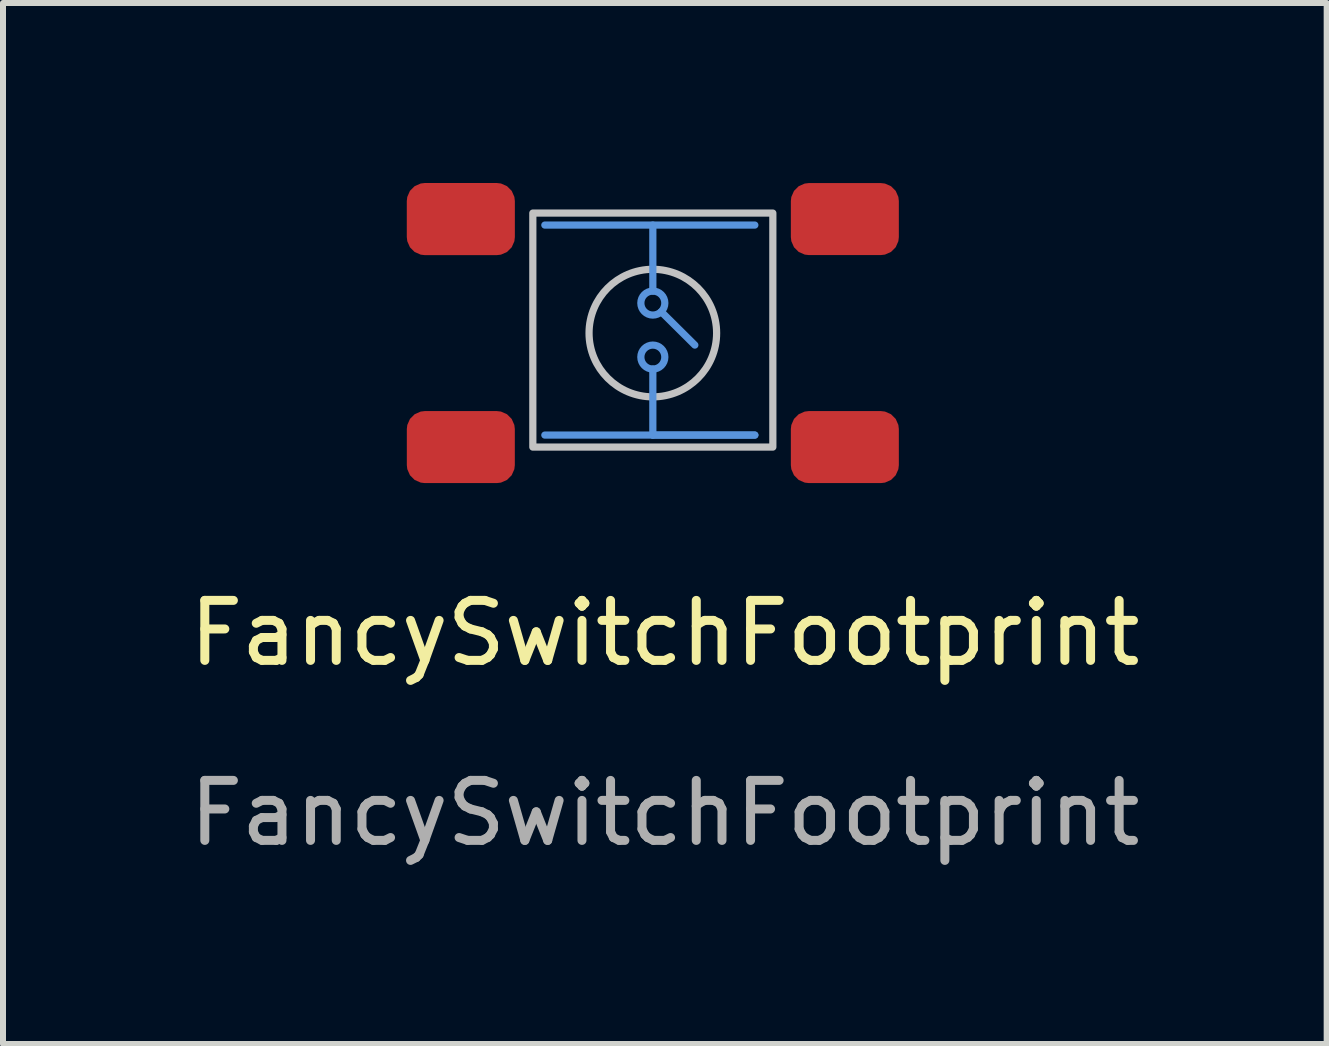
<source format=kicad_pcb>
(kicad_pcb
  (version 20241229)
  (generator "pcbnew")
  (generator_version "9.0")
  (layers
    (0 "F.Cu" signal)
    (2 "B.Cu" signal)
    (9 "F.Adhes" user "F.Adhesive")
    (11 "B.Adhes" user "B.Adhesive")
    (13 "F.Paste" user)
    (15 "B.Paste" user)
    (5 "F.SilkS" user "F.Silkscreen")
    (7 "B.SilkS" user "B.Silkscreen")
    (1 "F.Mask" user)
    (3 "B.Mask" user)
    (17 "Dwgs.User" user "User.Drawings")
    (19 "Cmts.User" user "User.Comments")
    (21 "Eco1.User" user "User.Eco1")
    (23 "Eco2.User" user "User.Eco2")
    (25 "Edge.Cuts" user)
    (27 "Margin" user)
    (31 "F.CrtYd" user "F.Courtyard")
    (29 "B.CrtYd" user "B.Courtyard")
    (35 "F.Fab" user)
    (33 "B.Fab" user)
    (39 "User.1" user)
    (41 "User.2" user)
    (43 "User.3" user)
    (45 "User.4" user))
  (footprint "FancySwitchFootprint"
    (layer "F.Cu")
    (at 7.83 2.501)
    (property "Reference" "FancySwitchFootprint" (at 0.2 5 0) (unlocked yes) (layer "F.SilkS") (effects (font (size 1 1) (thickness 0.15))))
    (attr smd)
    (fp_rect (start 2 1.9) (end -2 -2) (stroke (width 0.12) (type solid)) (fill no) (layer "Dwgs.User"))
    (fp_circle (center 0 0) (end 0.8 -0.7) (stroke (width 0.12) (type solid)) (fill no) (layer "Dwgs.User"))
    (fp_line (start -1.8 -1.8) (end 1.7 -1.8) (stroke (width 0.12) (type solid)) (layer "Cmts.User"))
    (fp_line (start 0 -1.8) (end 0 -0.7) (stroke (width 0.12) (type solid)) (layer "Cmts.User"))
    (fp_line (start 0 0.6) (end 0 1.7) (stroke (width 0.12) (type solid)) (layer "Cmts.User"))
    (fp_line (start 0 1.7) (end 1.7 1.7) (stroke (width 0.12) (type solid)) (layer "Cmts.User"))
    (fp_line (start 0.14 -0.356) (end 0.7 0.2) (stroke (width 0.12) (type solid)) (layer "Cmts.User"))
    (fp_line (start 1.7 1.7) (end -1.8 1.7) (stroke (width 0.12) (type solid)) (layer "Cmts.User"))
    (fp_circle (center 0 -0.5) (end 0.2 -0.5) (stroke (width 0.12) (type solid)) (fill no) (layer "Cmts.User"))
    (fp_circle (center 0 0.4) (end 0.2 0.4) (stroke (width 0.12) (type solid)) (fill no) (layer "Cmts.User"))
    (fp_text user "${REFERENCE}" (at 0.2 8 0) (unlocked yes) (layer "F.Fab") (effects (font (size 1 1) (thickness 0.15))))
    (pad "1" smd roundrect (at 3.2 -1.9) (size 1.8 1.2) (layers "F.Cu" "F.Mask" "F.Paste") (roundrect_rratio 0.25))
    (pad "2" smd roundrect (at -3.2 1.9) (size 1.8 1.2) (layers "F.Cu" "F.Mask" "F.Paste") (roundrect_rratio 0.25))
    (pad "3" smd roundrect (at -3.2 -1.9) (size 1.801 1.202) (layers "F.Cu" "F.Mask" "F.Paste") (roundrect_rratio 0.25))
    (pad "4" smd roundrect (at 3.2 1.9) (size 1.8 1.2) (layers "F.Cu" "F.Mask" "F.Paste") (roundrect_rratio 0.25)))
  (gr_rect
    (start -3 -3)
    (end 19.06 14.349)
    (stroke (width 0.1) (type default))
    (fill no)
    (layer "Edge.Cuts")))
</source>
